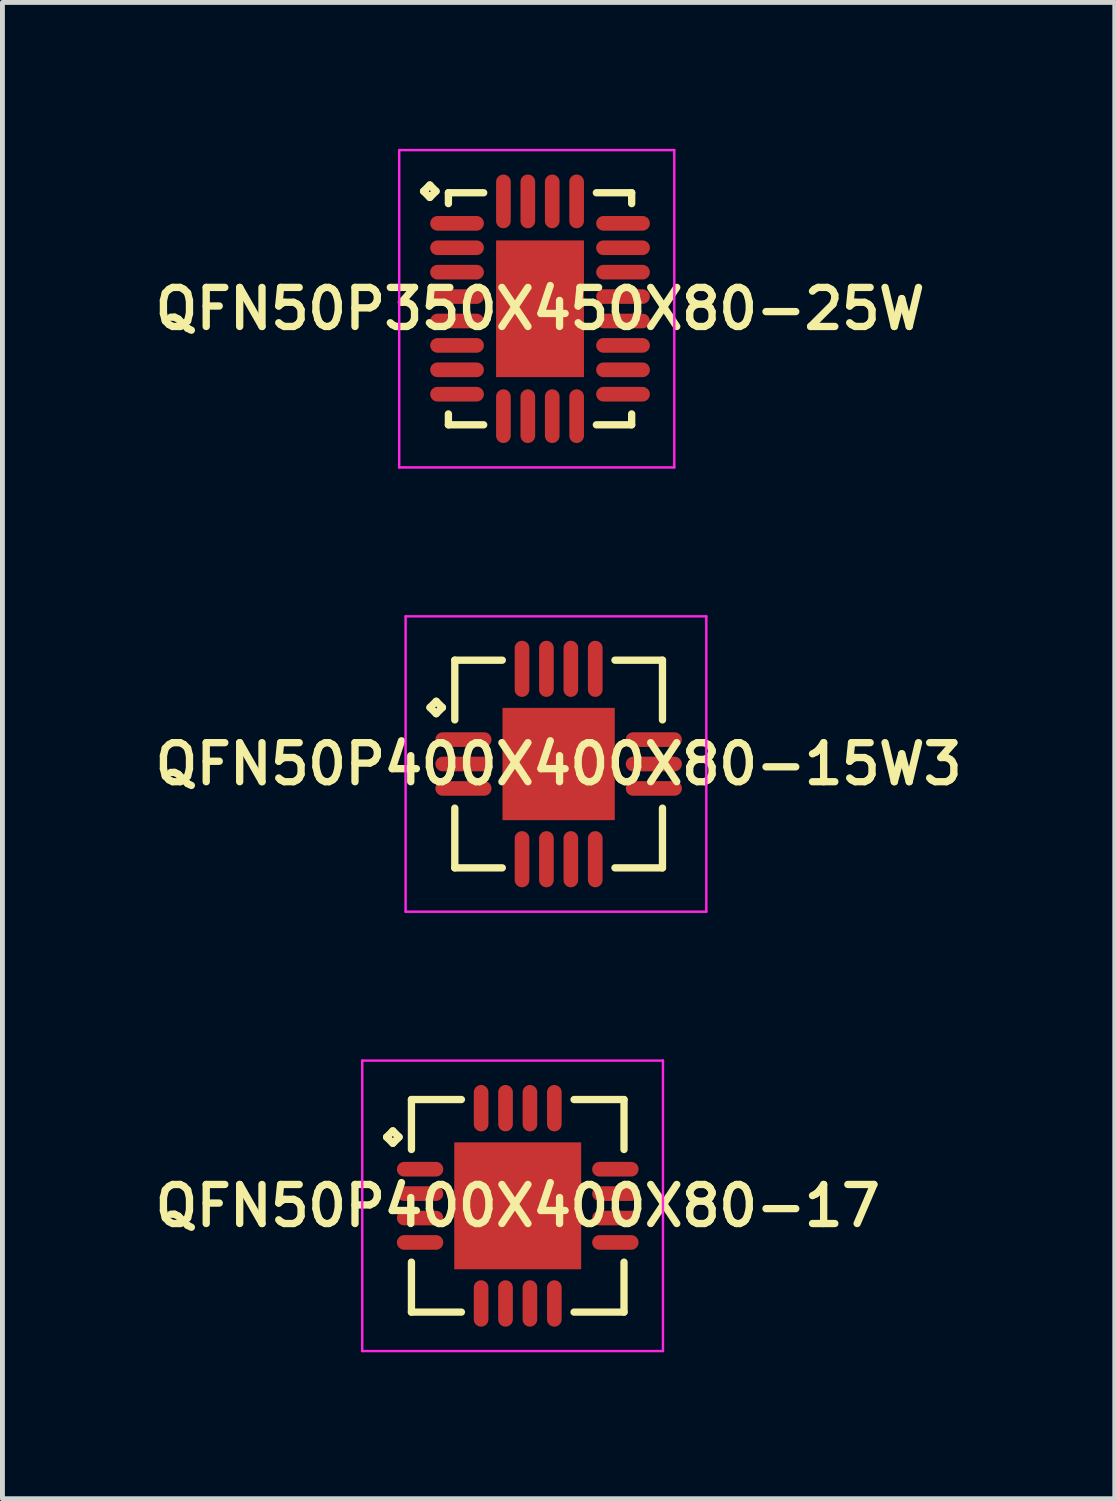
<source format=kicad_pcb>
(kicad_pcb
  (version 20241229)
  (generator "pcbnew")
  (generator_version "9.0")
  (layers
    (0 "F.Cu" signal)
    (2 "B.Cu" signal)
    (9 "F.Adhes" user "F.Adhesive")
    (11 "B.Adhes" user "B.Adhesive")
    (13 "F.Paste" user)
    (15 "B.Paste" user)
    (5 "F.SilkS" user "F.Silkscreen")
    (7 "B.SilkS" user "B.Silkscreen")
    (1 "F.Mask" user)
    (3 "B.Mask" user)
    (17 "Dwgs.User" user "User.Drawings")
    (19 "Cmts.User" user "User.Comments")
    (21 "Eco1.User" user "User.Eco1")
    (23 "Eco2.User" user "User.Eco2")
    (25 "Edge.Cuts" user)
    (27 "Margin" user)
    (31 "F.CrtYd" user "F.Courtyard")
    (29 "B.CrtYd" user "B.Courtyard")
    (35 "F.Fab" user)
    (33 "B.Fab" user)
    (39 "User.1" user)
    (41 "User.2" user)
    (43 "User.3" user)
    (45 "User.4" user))
  (footprint "QFN50P350X450X80-25W"
    (layer "F.Cu")
    (at 8.012 3.275)
    (property "Reference" "QFN50P350X450X80-25W" (at 0 0 0) (layer "F.SilkS") (effects (font (size 0.8 0.8) (thickness 0.15))))
    (attr smd)
    (fp_line (start -2.385 -2.408) (end -2.258 -2.535) (stroke (width 0.15) (type solid)) (layer "F.SilkS"))
    (fp_line (start -2.258 -2.535) (end -2.131 -2.408) (stroke (width 0.15) (type solid)) (layer "F.SilkS"))
    (fp_line (start -2.258 -2.281) (end -2.385 -2.408) (stroke (width 0.15) (type solid)) (layer "F.SilkS"))
    (fp_line (start -2.131 -2.408) (end -2.258 -2.281) (stroke (width 0.15) (type solid)) (layer "F.SilkS"))
    (fp_line (start -1.877 -2.377) (end -1.154 -2.377) (stroke (width 0.15) (type solid)) (layer "F.SilkS"))
    (fp_line (start -1.877 -2.154) (end -1.877 -2.377) (stroke (width 0.15) (type solid)) (layer "F.SilkS"))
    (fp_line (start -1.877 2.154) (end -1.877 2.377) (stroke (width 0.15) (type solid)) (layer "F.SilkS"))
    (fp_line (start -1.877 2.377) (end -1.154 2.377) (stroke (width 0.15) (type solid)) (layer "F.SilkS"))
    (fp_line (start 1.154 -2.377) (end 1.877 -2.377) (stroke (width 0.15) (type solid)) (layer "F.SilkS"))
    (fp_line (start 1.154 2.377) (end 1.877 2.377) (stroke (width 0.15) (type solid)) (layer "F.SilkS"))
    (fp_line (start 1.877 -2.377) (end 1.877 -2.154) (stroke (width 0.15) (type solid)) (layer "F.SilkS"))
    (fp_line (start 1.877 2.377) (end 1.877 2.154) (stroke (width 0.15) (type solid)) (layer "F.SilkS"))
    (fp_line (start -2.885 -3.25) (end 2.75 -3.25) (stroke (width 0.05) (type solid)) (layer "F.CrtYd"))
    (fp_line (start -2.885 3.25) (end -2.885 -3.25) (stroke (width 0.05) (type solid)) (layer "F.CrtYd"))
    (fp_line (start 2.75 -3.25) (end 2.75 3.25) (stroke (width 0.05) (type solid)) (layer "F.CrtYd"))
    (fp_line (start 2.75 3.25) (end -2.885 3.25) (stroke (width 0.05) (type solid)) (layer "F.CrtYd"))
    (pad "1" smd oval (at -1.7 -1.75) (size 1.1 0.3) (layers "F.Cu" "F.Mask" "F.Paste"))
    (pad "2" smd oval (at -1.7 -1.25) (size 1.1 0.3) (layers "F.Cu" "F.Mask" "F.Paste"))
    (pad "3" smd oval (at -1.7 -0.75) (size 1.1 0.3) (layers "F.Cu" "F.Mask" "F.Paste"))
    (pad "4" smd oval (at -1.7 -0.25) (size 1.1 0.3) (layers "F.Cu" "F.Mask" "F.Paste"))
    (pad "5" smd oval (at -1.7 0.25) (size 1.1 0.3) (layers "F.Cu" "F.Mask" "F.Paste"))
    (pad "6" smd oval (at -1.7 0.75) (size 1.1 0.3) (layers "F.Cu" "F.Mask" "F.Paste"))
    (pad "7" smd oval (at -1.7 1.25) (size 1.1 0.3) (layers "F.Cu" "F.Mask" "F.Paste"))
    (pad "8" smd oval (at -1.7 1.75) (size 1.1 0.3) (layers "F.Cu" "F.Mask" "F.Paste"))
    (pad "9" smd oval (at -0.75 2.2) (size 0.3 1.1) (layers "F.Cu" "F.Mask" "F.Paste"))
    (pad "10" smd oval (at -0.25 2.2) (size 0.3 1.1) (layers "F.Cu" "F.Mask" "F.Paste"))
    (pad "11" smd oval (at 0.25 2.2) (size 0.3 1.1) (layers "F.Cu" "F.Mask" "F.Paste"))
    (pad "12" smd oval (at 0.75 2.2) (size 0.3 1.1) (layers "F.Cu" "F.Mask" "F.Paste"))
    (pad "13" smd oval (at 1.7 1.75) (size 1.1 0.3) (layers "F.Cu" "F.Mask" "F.Paste"))
    (pad "14" smd oval (at 1.7 1.25) (size 1.1 0.3) (layers "F.Cu" "F.Mask" "F.Paste"))
    (pad "15" smd oval (at 1.7 0.75) (size 1.1 0.3) (layers "F.Cu" "F.Mask" "F.Paste"))
    (pad "16" smd oval (at 1.7 0.25) (size 1.1 0.3) (layers "F.Cu" "F.Mask" "F.Paste"))
    (pad "17" smd oval (at 1.7 -0.25) (size 1.1 0.3) (layers "F.Cu" "F.Mask" "F.Paste"))
    (pad "18" smd oval (at 1.7 -0.75) (size 1.1 0.3) (layers "F.Cu" "F.Mask" "F.Paste"))
    (pad "19" smd oval (at 1.7 -1.25) (size 1.1 0.3) (layers "F.Cu" "F.Mask" "F.Paste"))
    (pad "20" smd oval (at 1.7 -1.75) (size 1.1 0.3) (layers "F.Cu" "F.Mask" "F.Paste"))
    (pad "21" smd oval (at 0.75 -2.2) (size 0.3 1.1) (layers "F.Cu" "F.Mask" "F.Paste"))
    (pad "22" smd oval (at 0.25 -2.2) (size 0.3 1.1) (layers "F.Cu" "F.Mask" "F.Paste"))
    (pad "23" smd oval (at -0.25 -2.2) (size 0.3 1.1) (layers "F.Cu" "F.Mask" "F.Paste"))
    (pad "24" smd oval (at -0.75 -2.2) (size 0.3 1.1) (layers "F.Cu" "F.Mask" "F.Paste"))
    (pad "25" smd rect (at 0 0) (size 1.8 2.8) (layers "F.Cu" "F.Mask" "F.Paste")))
  (footprint "QFN50P400X400X80-17"
    (layer "F.Cu")
    (at 7.555 21.65)
    (property "Reference" "QFN50P400X400X80-17" (at 0 0 0) (layer "F.SilkS") (effects (font (size 0.8 0.8) (thickness 0.15))))
    (attr smd)
    (fp_line (start -2.685 -1.408) (end -2.558 -1.535) (stroke (width 0.15) (type solid)) (layer "F.SilkS"))
    (fp_line (start -2.558 -1.535) (end -2.431 -1.408) (stroke (width 0.15) (type solid)) (layer "F.SilkS"))
    (fp_line (start -2.558 -1.281) (end -2.685 -1.408) (stroke (width 0.15) (type solid)) (layer "F.SilkS"))
    (fp_line (start -2.431 -1.408) (end -2.558 -1.281) (stroke (width 0.15) (type solid)) (layer "F.SilkS"))
    (fp_line (start -2.177 -2.177) (end -1.154 -2.177) (stroke (width 0.15) (type solid)) (layer "F.SilkS"))
    (fp_line (start -2.177 -1.154) (end -2.177 -2.177) (stroke (width 0.15) (type solid)) (layer "F.SilkS"))
    (fp_line (start -2.177 1.154) (end -2.177 2.177) (stroke (width 0.15) (type solid)) (layer "F.SilkS"))
    (fp_line (start -2.177 2.177) (end -1.154 2.177) (stroke (width 0.15) (type solid)) (layer "F.SilkS"))
    (fp_line (start 1.154 -2.177) (end 2.177 -2.177) (stroke (width 0.15) (type solid)) (layer "F.SilkS"))
    (fp_line (start 1.154 2.177) (end 2.177 2.177) (stroke (width 0.15) (type solid)) (layer "F.SilkS"))
    (fp_line (start 2.177 -2.177) (end 2.177 -1.154) (stroke (width 0.15) (type solid)) (layer "F.SilkS"))
    (fp_line (start 2.177 2.177) (end 2.177 1.154) (stroke (width 0.15) (type solid)) (layer "F.SilkS"))
    (fp_line (start -3.185 -2.975) (end 2.975 -2.975) (stroke (width 0.05) (type solid)) (layer "F.CrtYd"))
    (fp_line (start -3.185 2.975) (end -3.185 -2.975) (stroke (width 0.05) (type solid)) (layer "F.CrtYd"))
    (fp_line (start 2.975 -2.975) (end 2.975 2.975) (stroke (width 0.05) (type solid)) (layer "F.CrtYd"))
    (fp_line (start 2.975 2.975) (end -3.185 2.975) (stroke (width 0.05) (type solid)) (layer "F.CrtYd"))
    (pad "1" smd oval (at -2 -0.75) (size 0.95 0.3) (layers "F.Cu" "F.Mask" "F.Paste"))
    (pad "2" smd oval (at -2 -0.25) (size 0.95 0.3) (layers "F.Cu" "F.Mask" "F.Paste"))
    (pad "3" smd oval (at -2 0.25) (size 0.95 0.3) (layers "F.Cu" "F.Mask" "F.Paste"))
    (pad "4" smd oval (at -2 0.75) (size 0.95 0.3) (layers "F.Cu" "F.Mask" "F.Paste"))
    (pad "5" smd oval (at -0.75 2) (size 0.3 0.95) (layers "F.Cu" "F.Mask" "F.Paste"))
    (pad "6" smd oval (at -0.25 2) (size 0.3 0.95) (layers "F.Cu" "F.Mask" "F.Paste"))
    (pad "7" smd oval (at 0.25 2) (size 0.3 0.95) (layers "F.Cu" "F.Mask" "F.Paste"))
    (pad "8" smd oval (at 0.75 2) (size 0.3 0.95) (layers "F.Cu" "F.Mask" "F.Paste"))
    (pad "9" smd oval (at 2 0.75) (size 0.95 0.3) (layers "F.Cu" "F.Mask" "F.Paste"))
    (pad "10" smd oval (at 2 0.25) (size 0.95 0.3) (layers "F.Cu" "F.Mask" "F.Paste"))
    (pad "11" smd oval (at 2 -0.25) (size 0.95 0.3) (layers "F.Cu" "F.Mask" "F.Paste"))
    (pad "12" smd oval (at 2 -0.75) (size 0.95 0.3) (layers "F.Cu" "F.Mask" "F.Paste"))
    (pad "13" smd oval (at 0.75 -2) (size 0.3 0.95) (layers "F.Cu" "F.Mask" "F.Paste"))
    (pad "14" smd oval (at 0.25 -2) (size 0.3 0.95) (layers "F.Cu" "F.Mask" "F.Paste"))
    (pad "15" smd oval (at -0.25 -2) (size 0.3 0.95) (layers "F.Cu" "F.Mask" "F.Paste"))
    (pad "16" smd oval (at -0.75 -2) (size 0.3 0.95) (layers "F.Cu" "F.Mask" "F.Paste"))
    (pad "17" smd rect (at 0 0) (size 2.6 2.6) (layers "F.Cu" "F.Mask" "F.Paste")))
  (footprint "QFN50P400X400X80-15W3"
    (layer "F.Cu")
    (at 8.393 12.6)
    (property "Reference" "QFN50P400X400X80-15W3" (at 0 0 0) (layer "F.SilkS") (effects (font (size 0.8 0.8) (thickness 0.15))))
    (attr smd)
    (fp_line (start -2.635 -1.158) (end -2.508 -1.285) (stroke (width 0.15) (type solid)) (layer "F.SilkS"))
    (fp_line (start -2.508 -1.285) (end -2.381 -1.158) (stroke (width 0.15) (type solid)) (layer "F.SilkS"))
    (fp_line (start -2.508 -1.031) (end -2.635 -1.158) (stroke (width 0.15) (type solid)) (layer "F.SilkS"))
    (fp_line (start -2.381 -1.158) (end -2.508 -1.031) (stroke (width 0.15) (type solid)) (layer "F.SilkS"))
    (fp_line (start -2.127 -2.127) (end -1.154 -2.127) (stroke (width 0.15) (type solid)) (layer "F.SilkS"))
    (fp_line (start -2.127 -0.904) (end -2.127 -2.127) (stroke (width 0.15) (type solid)) (layer "F.SilkS"))
    (fp_line (start -2.127 0.904) (end -2.127 2.127) (stroke (width 0.15) (type solid)) (layer "F.SilkS"))
    (fp_line (start -2.127 2.127) (end -1.154 2.127) (stroke (width 0.15) (type solid)) (layer "F.SilkS"))
    (fp_line (start 1.154 -2.127) (end 2.127 -2.127) (stroke (width 0.15) (type solid)) (layer "F.SilkS"))
    (fp_line (start 1.154 2.127) (end 2.127 2.127) (stroke (width 0.15) (type solid)) (layer "F.SilkS"))
    (fp_line (start 2.127 -2.127) (end 2.127 -0.904) (stroke (width 0.15) (type solid)) (layer "F.SilkS"))
    (fp_line (start 2.127 2.127) (end 2.127 0.904) (stroke (width 0.15) (type solid)) (layer "F.SilkS"))
    (fp_line (start -3.135 -3.025) (end 3.025 -3.025) (stroke (width 0.05) (type solid)) (layer "F.CrtYd"))
    (fp_line (start -3.135 3.025) (end -3.135 -3.025) (stroke (width 0.05) (type solid)) (layer "F.CrtYd"))
    (fp_line (start 3.025 -3.025) (end 3.025 3.025) (stroke (width 0.05) (type solid)) (layer "F.CrtYd"))
    (fp_line (start 3.025 3.025) (end -3.135 3.025) (stroke (width 0.05) (type solid)) (layer "F.CrtYd"))
    (pad "1" smd oval (at -1.95 -0.5) (size 1.15 0.3) (layers "F.Cu" "F.Mask" "F.Paste"))
    (pad "2" smd oval (at -1.95 0) (size 1.15 0.3) (layers "F.Cu" "F.Mask" "F.Paste"))
    (pad "3" smd oval (at -1.95 0.5) (size 1.15 0.3) (layers "F.Cu" "F.Mask" "F.Paste"))
    (pad "4" smd oval (at -0.75 1.95) (size 0.3 1.15) (layers "F.Cu" "F.Mask" "F.Paste"))
    (pad "5" smd oval (at -0.25 1.95) (size 0.3 1.15) (layers "F.Cu" "F.Mask" "F.Paste"))
    (pad "6" smd oval (at 0.25 1.95) (size 0.3 1.15) (layers "F.Cu" "F.Mask" "F.Paste"))
    (pad "7" smd oval (at 0.75 1.95) (size 0.3 1.15) (layers "F.Cu" "F.Mask" "F.Paste"))
    (pad "8" smd oval (at 1.95 0.5) (size 1.15 0.3) (layers "F.Cu" "F.Mask" "F.Paste"))
    (pad "9" smd oval (at 1.95 0) (size 1.15 0.3) (layers "F.Cu" "F.Mask" "F.Paste"))
    (pad "10" smd oval (at 1.95 -0.5) (size 1.15 0.3) (layers "F.Cu" "F.Mask" "F.Paste"))
    (pad "11" smd oval (at 0.75 -1.95) (size 0.3 1.15) (layers "F.Cu" "F.Mask" "F.Paste"))
    (pad "12" smd oval (at 0.25 -1.95) (size 0.3 1.15) (layers "F.Cu" "F.Mask" "F.Paste"))
    (pad "13" smd oval (at -0.25 -1.95) (size 0.3 1.15) (layers "F.Cu" "F.Mask" "F.Paste"))
    (pad "14" smd oval (at -0.75 -1.95) (size 0.3 1.15) (layers "F.Cu" "F.Mask" "F.Paste"))
    (pad "15" smd rect (at 0 0) (size 2.3 2.3) (layers "F.Cu" "F.Mask" "F.Paste")))
  (gr_rect
    (start -3 -3)
    (end 19.785 27.65)
    (stroke (width 0.1) (type default))
    (fill no)
    (layer "Edge.Cuts")))
</source>
